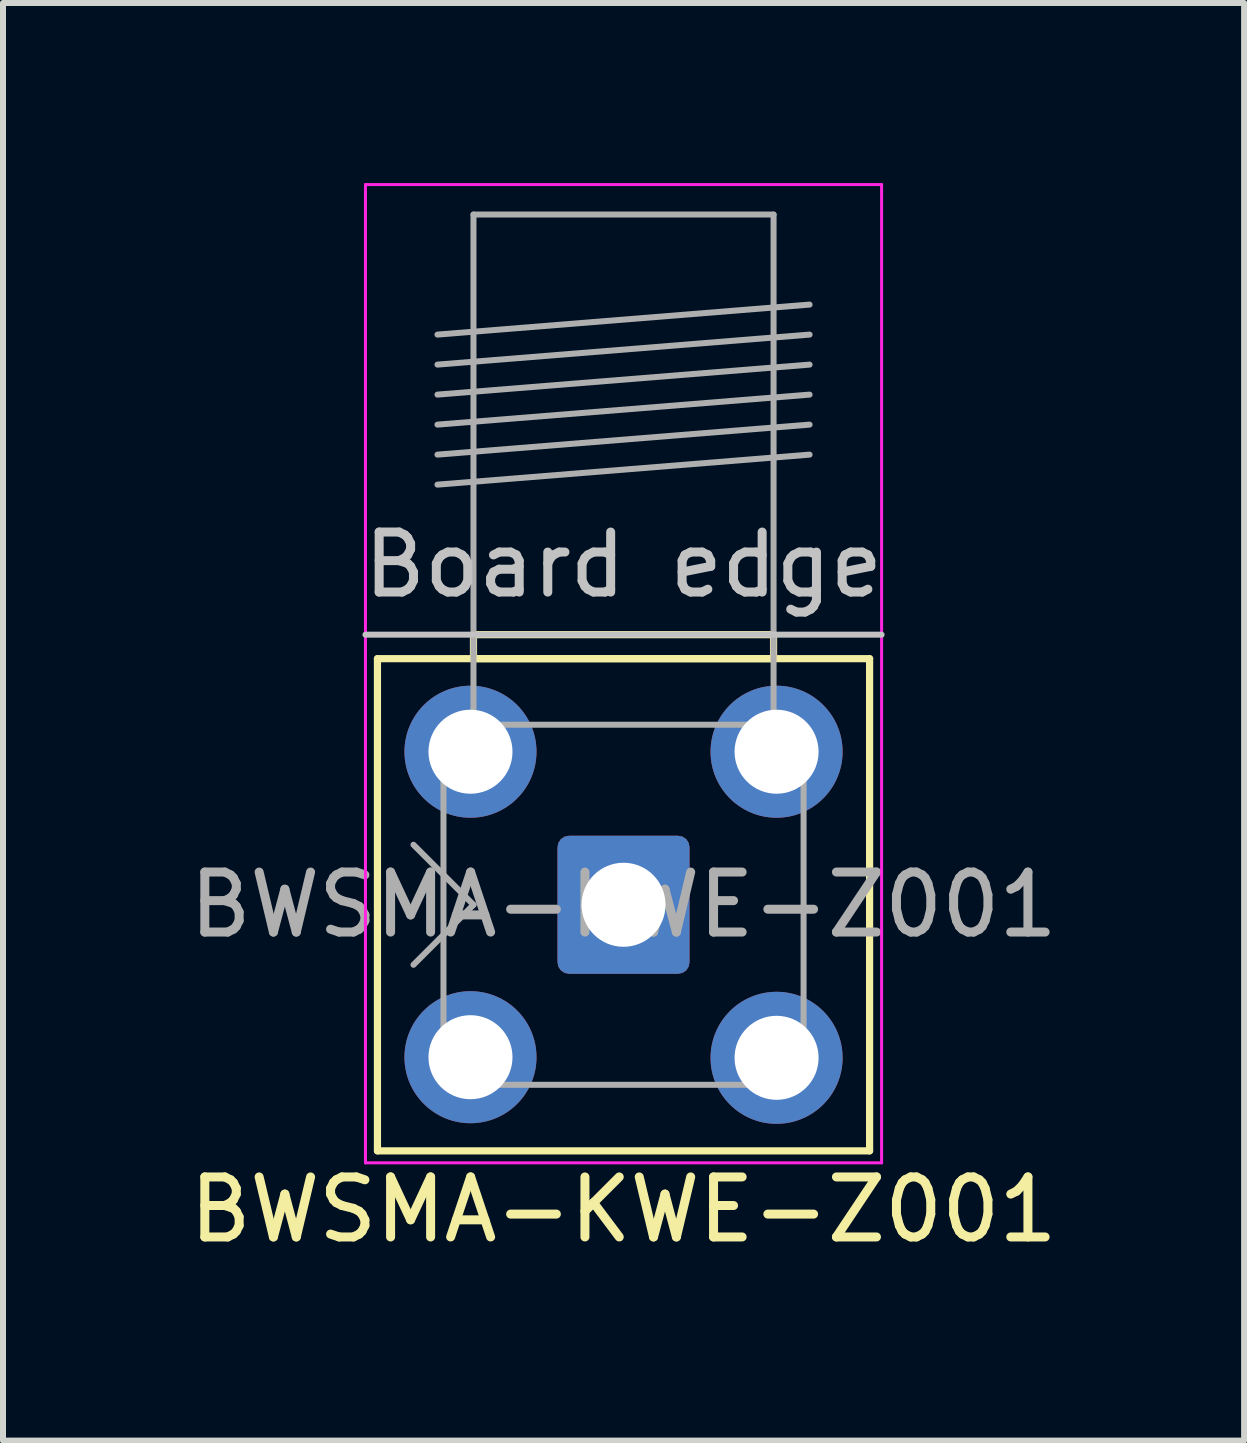
<source format=kicad_pcb>
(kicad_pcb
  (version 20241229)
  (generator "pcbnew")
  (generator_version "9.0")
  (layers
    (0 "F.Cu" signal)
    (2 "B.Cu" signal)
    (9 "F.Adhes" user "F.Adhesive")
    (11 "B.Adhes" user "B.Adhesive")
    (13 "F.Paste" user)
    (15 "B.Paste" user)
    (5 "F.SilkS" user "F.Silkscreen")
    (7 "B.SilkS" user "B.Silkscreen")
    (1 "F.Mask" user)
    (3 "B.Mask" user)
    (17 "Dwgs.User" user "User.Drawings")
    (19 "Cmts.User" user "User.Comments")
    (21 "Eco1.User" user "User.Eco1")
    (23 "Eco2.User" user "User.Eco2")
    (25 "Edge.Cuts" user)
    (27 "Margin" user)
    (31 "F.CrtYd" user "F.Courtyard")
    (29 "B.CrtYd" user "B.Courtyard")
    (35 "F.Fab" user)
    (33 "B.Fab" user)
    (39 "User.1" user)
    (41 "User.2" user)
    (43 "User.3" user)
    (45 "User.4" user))
  (footprint "BWSMA-KWE-Z001"
    (layer "F.Cu")
    (at 7.339 12.025)
    (property "Reference" "BWSMA-KWE-Z001" (at 0 5.08 0) (unlocked yes) (layer "F.SilkS") (effects (font (size 1 1) (thickness 0.15))))
    (attr smd)
    (fp_line (start -4.1 -4.1) (end -4.1 4.1) (stroke (width 0.12) (type solid)) (layer "F.SilkS"))
    (fp_line (start -4.1 -4.1) (end 4.1 -4.1) (stroke (width 0.12) (type solid)) (layer "F.SilkS"))
    (fp_line (start -4.1 4.1) (end 4.1 4.1) (stroke (width 0.12) (type solid)) (layer "F.SilkS"))
    (fp_line (start 4.1 -4.1) (end 4.1 4.1) (stroke (width 0.12) (type solid)) (layer "F.SilkS"))
    (fp_rect (start -2.5 -4.1) (end 2.5 -4.5) (stroke (width 0.12) (type default)) (fill no) (layer "F.SilkS"))
    (fp_line (start 4.3 -4.5) (end -4.3 -4.5) (stroke (width 0.1) (type solid)) (layer "Dwgs.User"))
    (fp_line (start -4.3 -12) (end -4.3 4.3) (stroke (width 0.05) (type solid)) (layer "F.CrtYd"))
    (fp_line (start -4.3 -12) (end 4.3 -12) (stroke (width 0.05) (type solid)) (layer "F.CrtYd"))
    (fp_line (start 4.3 4.3) (end -4.3 4.3) (stroke (width 0.05) (type solid)) (layer "F.CrtYd"))
    (fp_line (start 4.3 4.3) (end 4.3 -12) (stroke (width 0.05) (type solid)) (layer "F.CrtYd"))
    (fp_line (start -3.5 -1) (end -2.5 0) (stroke (width 0.1) (type solid)) (layer "F.Fab"))
    (fp_line (start -3.1 -9.5) (end 3.1 -10) (stroke (width 0.1) (type solid)) (layer "F.Fab"))
    (fp_line (start -3.1 -9) (end 3.1 -9.5) (stroke (width 0.1) (type solid)) (layer "F.Fab"))
    (fp_line (start -3.1 -8.5) (end 3.1 -9) (stroke (width 0.1) (type solid)) (layer "F.Fab"))
    (fp_line (start -3.1 -8) (end 3.1 -8.5) (stroke (width 0.1) (type solid)) (layer "F.Fab"))
    (fp_line (start -3.1 -7.5) (end 3.1 -8) (stroke (width 0.1) (type solid)) (layer "F.Fab"))
    (fp_line (start -3.1 -7) (end 3.1 -7.5) (stroke (width 0.1) (type solid)) (layer "F.Fab"))
    (fp_line (start -3 -3) (end -3 3) (stroke (width 0.1) (type solid)) (layer "F.Fab"))
    (fp_line (start -3 -3) (end 3 -3) (stroke (width 0.1) (type solid)) (layer "F.Fab"))
    (fp_line (start -3 3) (end 3 3) (stroke (width 0.1) (type solid)) (layer "F.Fab"))
    (fp_line (start -2.5 -11.5) (end -2.5 -3) (stroke (width 0.1) (type solid)) (layer "F.Fab"))
    (fp_line (start -2.5 -11.5) (end 2.5 -11.5) (stroke (width 0.1) (type solid)) (layer "F.Fab"))
    (fp_line (start -2.5 0) (end -3.5 1) (stroke (width 0.1) (type solid)) (layer "F.Fab"))
    (fp_line (start 2.5 -11.5) (end 2.5 -3) (stroke (width 0.1) (type solid)) (layer "F.Fab"))
    (fp_line (start 3 -3) (end 3 3) (stroke (width 0.1) (type solid)) (layer "F.Fab"))
    (fp_text user "Board edge" (at 0 -5.08 0) (unlocked yes) (layer "Dwgs.User") (effects (font (size 1 1) (thickness 0.15)) (justify bottom)))
    (fp_text user "${REFERENCE}" (at 0 0 0) (layer "F.Fab") (effects (font (size 1 1) (thickness 0.15))))
    (pad "1" thru_hole roundrect (at 0 0) (size 2.2 2.3) (drill 1.4) (layers "*.Cu" "*.Mask") (remove_unused_layers yes) (keep_end_layers yes) (zone_layer_connections) (roundrect_rratio 0.087))
    (pad "2" thru_hole circle (at -2.55 -2.55) (size 2.2 2.2) (drill 1.4) (layers "*.Cu" "*.Mask") (remove_unused_layers yes) (keep_end_layers yes) (zone_layer_connections))
    (pad "2" thru_hole circle (at -2.55 2.54) (size 2.2 2.2) (drill 1.4) (layers "*.Cu" "*.Mask") (remove_unused_layers yes) (keep_end_layers yes) (zone_layer_connections))
    (pad "2" thru_hole circle (at 2.55 -2.55) (size 2.2 2.2) (drill 1.4) (layers "*.Cu" "*.Mask") (remove_unused_layers yes) (keep_end_layers yes) (zone_layer_connections))
    (pad "2" thru_hole circle (at 2.55 2.55) (size 2.2 2.2) (drill 1.4) (layers "*.Cu" "*.Mask") (remove_unused_layers yes) (keep_end_layers yes) (zone_layer_connections)))
  (gr_rect
    (start -3 -3)
    (end 17.679 20.953)
    (stroke (width 0.1) (type default))
    (fill no)
    (layer "Edge.Cuts")))
</source>
